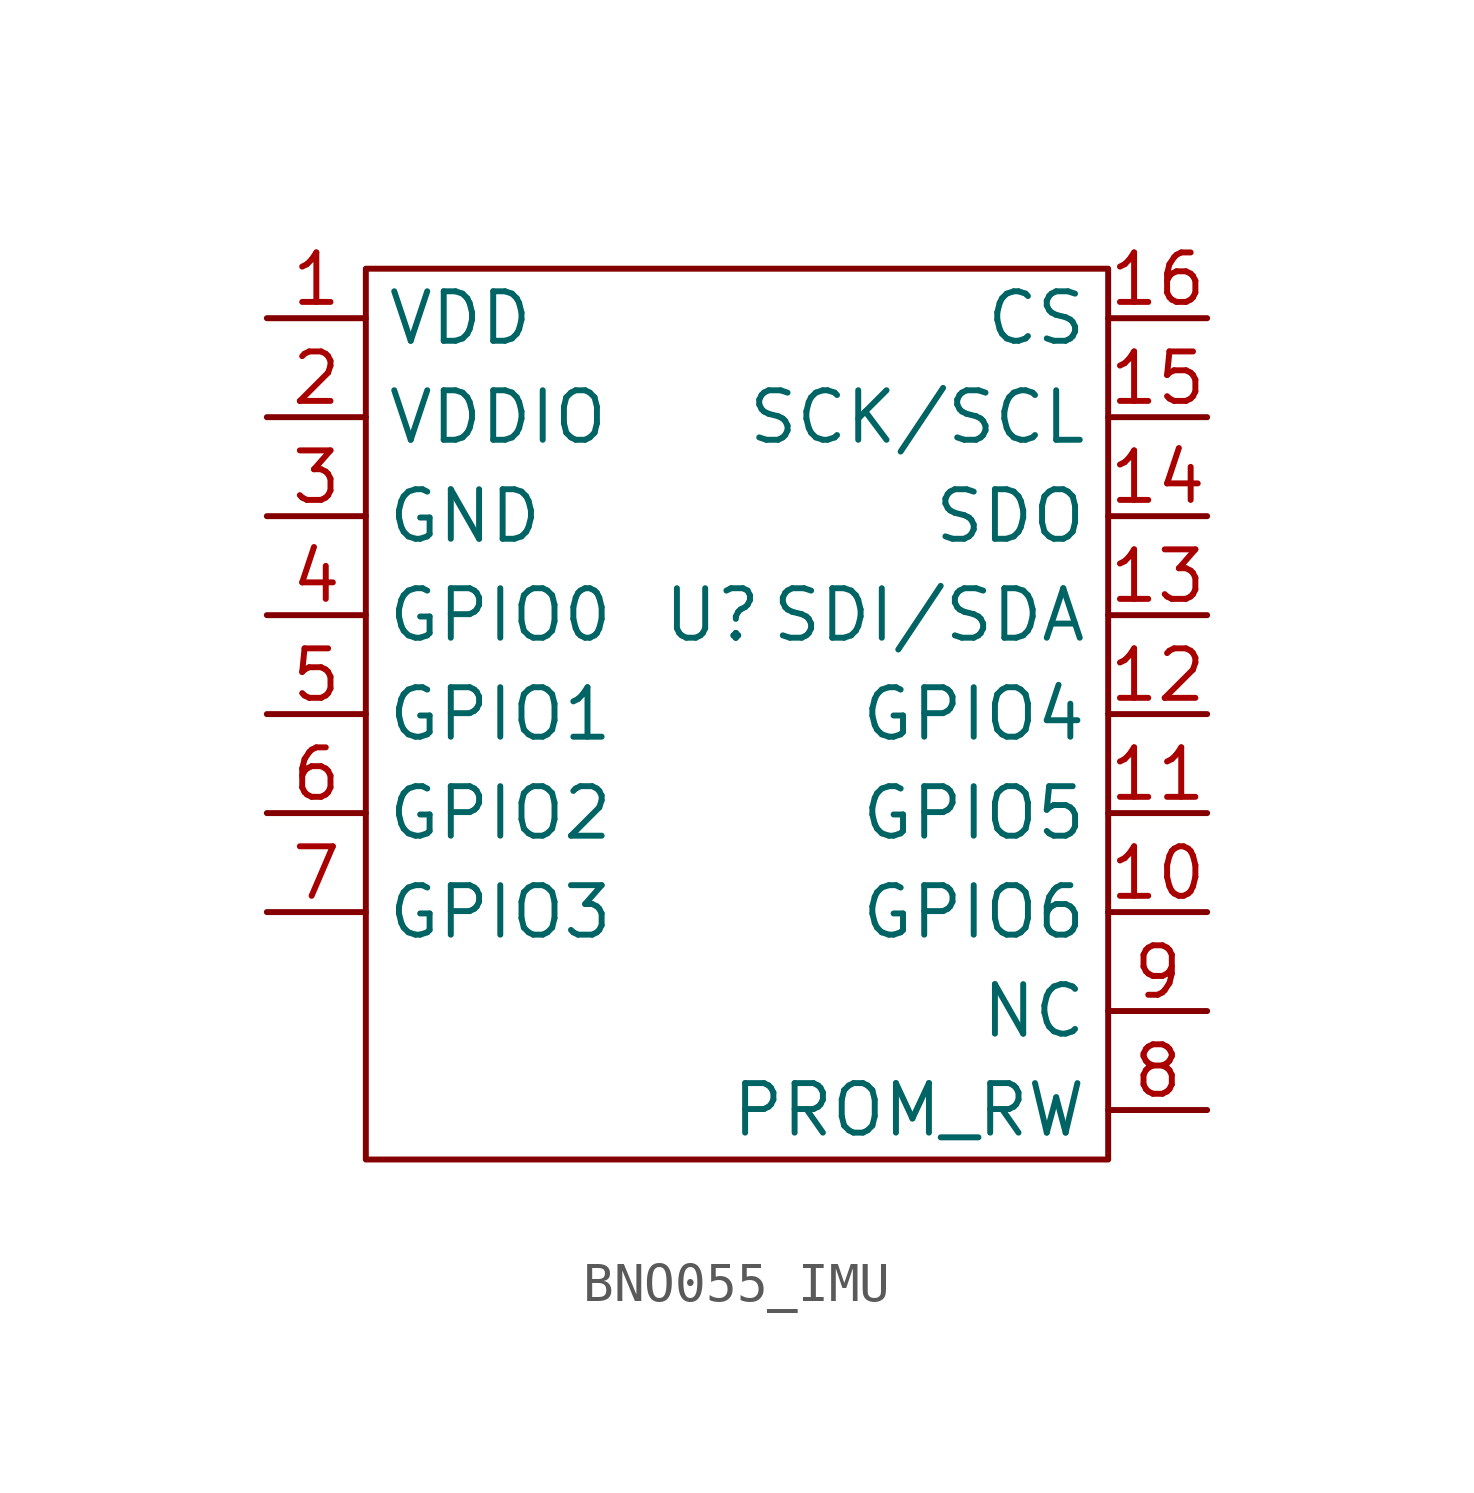
<source format=kicad_sym>
(kicad_symbol_lib
  (version 20231120)
  (generator "kicad_symbol_editor")
  (generator_version "8.0")
  (symbol "BNO055_IMU"
    (property "Reference" "U"
      (at 0 0 0)
      (effects (font (size 1.27 1.27))))
    (property "Value" ""
      (at 0 0 0)
      (effects (font (size 1.27 1.27))))
    (symbol "BNO055_IMU_0_1"
      (rectangle (start -8.89 8.89) (end 10.16 -13.97) (stroke (width 0) (type default)) (fill (type none))))
    (symbol "BNO055_IMU_1_1"
      (pin unspecified line (at -11.43 7.62 0) (length 2.54) (name "VDD" (effects (font (size 1.27 1.27)))) (number "1" (effects (font (size 1.27 1.27)))))
      (pin unspecified line (at 12.7 -7.62 180) (length 2.54) (name "GPIO6" (effects (font (size 1.27 1.27)))) (number "10" (effects (font (size 1.27 1.27)))))
      (pin unspecified line (at 12.7 -5.08 180) (length 2.54) (name "GPIO5" (effects (font (size 1.27 1.27)))) (number "11" (effects (font (size 1.27 1.27)))))
      (pin unspecified line (at 12.7 -2.54 180) (length 2.54) (name "GPIO4" (effects (font (size 1.27 1.27)))) (number "12" (effects (font (size 1.27 1.27)))))
      (pin unspecified line (at 12.7 0 180) (length 2.54) (name "SDI/SDA" (effects (font (size 1.27 1.27)))) (number "13" (effects (font (size 1.27 1.27)))))
      (pin unspecified line (at 12.7 2.54 180) (length 2.54) (name "SDO" (effects (font (size 1.27 1.27)))) (number "14" (effects (font (size 1.27 1.27)))))
      (pin unspecified line (at 12.7 5.08 180) (length 2.54) (name "SCK/SCL" (effects (font (size 1.27 1.27)))) (number "15" (effects (font (size 1.27 1.27)))))
      (pin unspecified line (at 12.7 7.62 180) (length 2.54) (name "CS" (effects (font (size 1.27 1.27)))) (number "16" (effects (font (size 1.27 1.27)))))
      (pin unspecified line (at -11.43 5.08 0) (length 2.54) (name "VDDIO" (effects (font (size 1.27 1.27)))) (number "2" (effects (font (size 1.27 1.27)))))
      (pin unspecified line (at -11.43 2.54 0) (length 2.54) (name "GND" (effects (font (size 1.27 1.27)))) (number "3" (effects (font (size 1.27 1.27)))))
      (pin unspecified line (at -11.43 0 0) (length 2.54) (name "GPIO0" (effects (font (size 1.27 1.27)))) (number "4" (effects (font (size 1.27 1.27)))))
      (pin unspecified line (at -11.43 -2.54 0) (length 2.54) (name "GPIO1" (effects (font (size 1.27 1.27)))) (number "5" (effects (font (size 1.27 1.27)))))
      (pin unspecified line (at -11.43 -5.08 0) (length 2.54) (name "GPIO2" (effects (font (size 1.27 1.27)))) (number "6" (effects (font (size 1.27 1.27)))))
      (pin unspecified line (at -11.43 -7.62 0) (length 2.54) (name "GPIO3" (effects (font (size 1.27 1.27)))) (number "7" (effects (font (size 1.27 1.27)))))
      (pin unspecified line (at 12.7 -12.7 180) (length 2.54) (name "PROM_RW" (effects (font (size 1.27 1.27)))) (number "8" (effects (font (size 1.27 1.27)))))
      (pin unspecified line (at 12.7 -10.16 180) (length 2.54) (name "NC" (effects (font (size 1.27 1.27)))) (number "9" (effects (font (size 1.27 1.27))))))))
</source>
